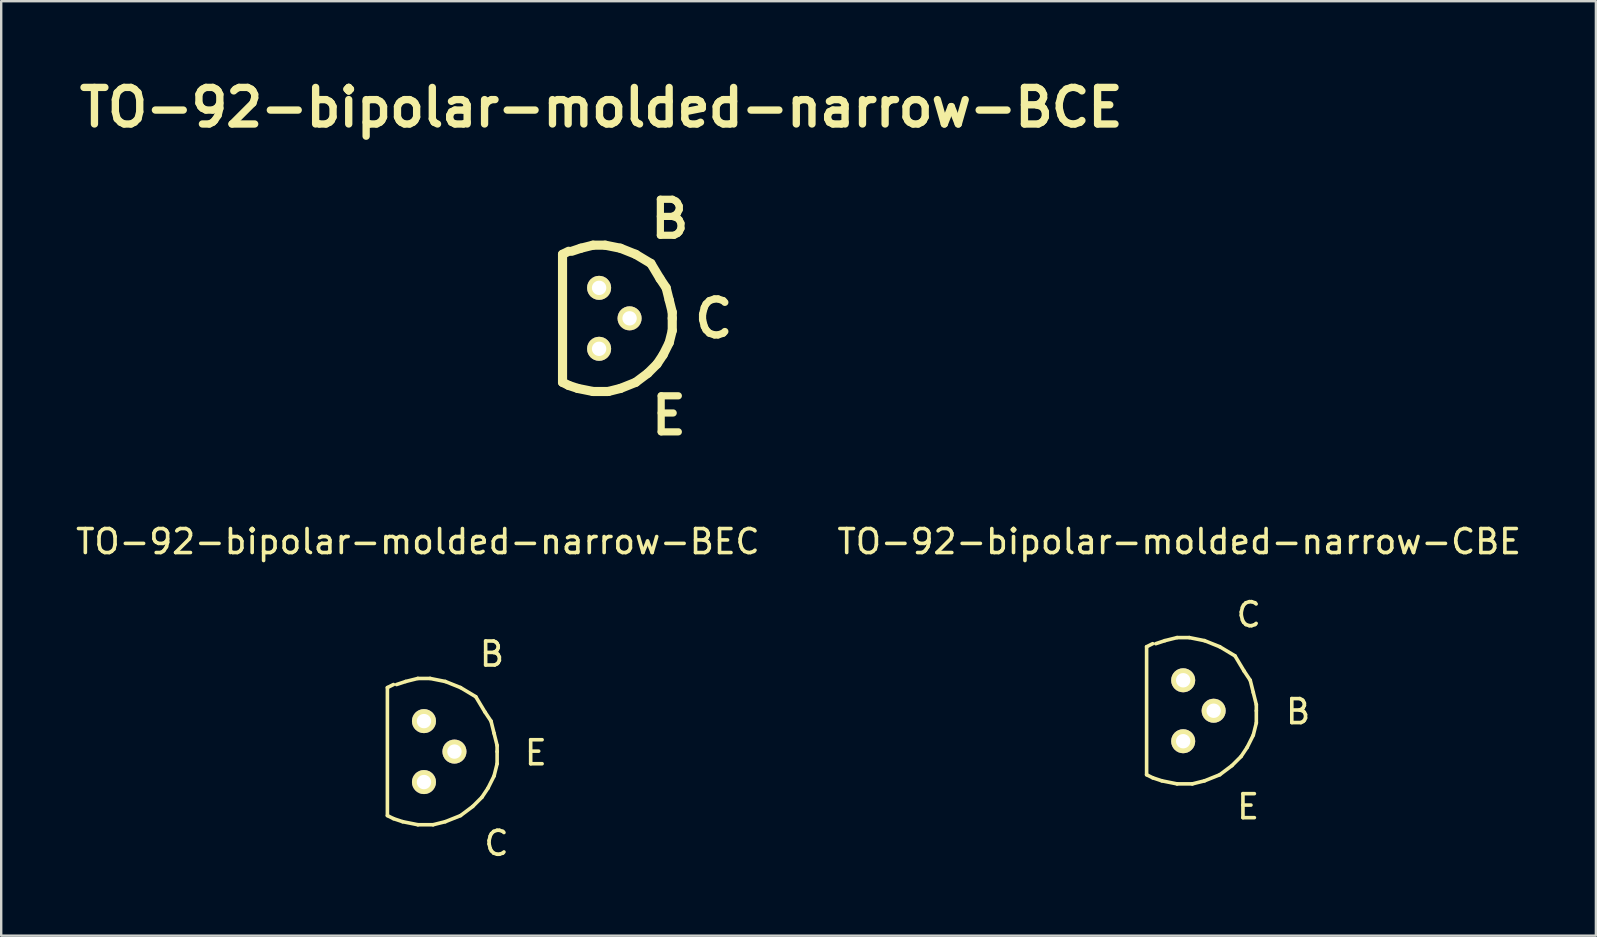
<source format=kicad_pcb>
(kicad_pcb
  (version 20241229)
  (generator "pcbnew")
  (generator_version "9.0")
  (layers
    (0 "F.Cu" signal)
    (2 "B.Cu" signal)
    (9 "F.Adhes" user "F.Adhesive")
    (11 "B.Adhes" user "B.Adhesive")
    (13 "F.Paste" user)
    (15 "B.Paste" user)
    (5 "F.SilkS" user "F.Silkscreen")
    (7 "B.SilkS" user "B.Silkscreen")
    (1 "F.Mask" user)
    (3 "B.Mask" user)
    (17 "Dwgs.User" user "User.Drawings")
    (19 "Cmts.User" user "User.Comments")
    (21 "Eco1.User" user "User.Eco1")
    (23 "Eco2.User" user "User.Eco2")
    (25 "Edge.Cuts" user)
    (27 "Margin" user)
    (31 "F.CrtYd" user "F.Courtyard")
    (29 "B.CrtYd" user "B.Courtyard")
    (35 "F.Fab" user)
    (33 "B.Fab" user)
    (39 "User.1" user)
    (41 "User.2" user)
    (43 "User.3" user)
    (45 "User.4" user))
  (footprint "TO-92-bipolar-molded-narrow-BEC"
    (layer "F.Cu")
    (at 14.617 28.269)
    (property "Reference" "TO-92-bipolar-molded-narrow-BEC" (at -0.254 -8.75 0) (layer "F.SilkS") (effects (font (size 1 1) (thickness 0.15))))
    (attr through_hole)
    (fp_line (start -1.524 -2.667) (end -1.524 2.667) (stroke (width 0.15) (type solid)) (layer "F.SilkS"))
    (fp_line (start -1.524 -2.667) (end -1.27 -2.794) (stroke (width 0.15) (type solid)) (layer "F.SilkS"))
    (fp_line (start -1.27 2.794) (end -1.524 2.667) (stroke (width 0.15) (type solid)) (layer "F.SilkS"))
    (fp_line (start -1.143 -2.794) (end -0.762 -2.921) (stroke (width 0.15) (type solid)) (layer "F.SilkS"))
    (fp_line (start -0.889 2.921) (end -1.27 2.794) (stroke (width 0.15) (type solid)) (layer "F.SilkS"))
    (fp_line (start -0.762 -2.921) (end -0.254 -3.048) (stroke (width 0.15) (type solid)) (layer "F.SilkS"))
    (fp_line (start -0.254 -3.048) (end 0.254 -3.048) (stroke (width 0.15) (type solid)) (layer "F.SilkS"))
    (fp_line (start -0.254 3.048) (end -0.889 2.921) (stroke (width 0.15) (type solid)) (layer "F.SilkS"))
    (fp_line (start 0.254 -3.048) (end 0.889 -2.921) (stroke (width 0.15) (type solid)) (layer "F.SilkS"))
    (fp_line (start 0.381 3.048) (end -0.254 3.048) (stroke (width 0.15) (type solid)) (layer "F.SilkS"))
    (fp_line (start 0.889 -2.921) (end 1.524 -2.667) (stroke (width 0.15) (type solid)) (layer "F.SilkS"))
    (fp_line (start 0.889 2.921) (end 0.381 3.048) (stroke (width 0.15) (type solid)) (layer "F.SilkS"))
    (fp_line (start 1.524 -2.667) (end 2.159 -2.286) (stroke (width 0.15) (type solid)) (layer "F.SilkS"))
    (fp_line (start 1.524 2.667) (end 0.889 2.921) (stroke (width 0.15) (type solid)) (layer "F.SilkS"))
    (fp_line (start 2.032 2.286) (end 1.524 2.667) (stroke (width 0.15) (type solid)) (layer "F.SilkS"))
    (fp_line (start 2.159 -2.286) (end 2.54 -1.651) (stroke (width 0.15) (type solid)) (layer "F.SilkS"))
    (fp_line (start 2.413 1.905) (end 2.032 2.286) (stroke (width 0.15) (type solid)) (layer "F.SilkS"))
    (fp_line (start 2.54 -1.651) (end 2.794 -1.27) (stroke (width 0.15) (type solid)) (layer "F.SilkS"))
    (fp_line (start 2.667 1.524) (end 2.413 1.905) (stroke (width 0.15) (type solid)) (layer "F.SilkS"))
    (fp_line (start 2.794 -1.27) (end 2.921 -0.762) (stroke (width 0.15) (type solid)) (layer "F.SilkS"))
    (fp_line (start 2.921 -0.762) (end 3.048 -0.254) (stroke (width 0.15) (type solid)) (layer "F.SilkS"))
    (fp_line (start 2.921 1.016) (end 2.667 1.524) (stroke (width 0.15) (type solid)) (layer "F.SilkS"))
    (fp_line (start 3.048 -0.254) (end 3.048 0) (stroke (width 0.15) (type solid)) (layer "F.SilkS"))
    (fp_line (start 3.048 0) (end 3.048 0.508) (stroke (width 0.15) (type solid)) (layer "F.SilkS"))
    (fp_line (start 3.048 0.508) (end 2.921 1.016) (stroke (width 0.15) (type solid)) (layer "F.SilkS"))
    (fp_text user "E" (at 4.661 0.051 0) (layer "F.SilkS") (effects (font (size 1 1) (thickness 0.15))))
    (fp_text user "B" (at 2.832 -4.064 0) (layer "F.SilkS") (effects (font (size 1 1) (thickness 0.15))))
    (fp_text user "C" (at 3.023 3.823 0) (layer "F.SilkS") (effects (font (size 1 1) (thickness 0.15))))
    (pad "B" thru_hole circle (at 0 -1.27) (size 1.001 1.001) (drill 0.599) (layers "*.Cu" "*.Mask" "F.SilkS"))
    (pad "C" thru_hole circle (at 0 1.27) (size 1.001 1.001) (drill 0.599) (layers "*.Cu" "*.Mask" "F.SilkS"))
    (pad "E" thru_hole circle (at 1.27 0) (size 1.001 1.001) (drill 0.599) (layers "*.Cu" "*.Mask" "F.SilkS")))
  (footprint "TO-92-bipolar-molded-narrow-CBE"
    (layer "F.Cu")
    (at 46.254 26.567)
    (property "Reference" "TO-92-bipolar-molded-narrow-CBE" (at -0.165 -7.048 0) (layer "F.SilkS") (effects (font (size 1 1) (thickness 0.15))))
    (attr through_hole)
    (fp_line (start -1.524 -2.667) (end -1.524 2.667) (stroke (width 0.15) (type solid)) (layer "F.SilkS"))
    (fp_line (start -1.524 -2.667) (end -1.27 -2.794) (stroke (width 0.15) (type solid)) (layer "F.SilkS"))
    (fp_line (start -1.27 2.794) (end -1.524 2.667) (stroke (width 0.15) (type solid)) (layer "F.SilkS"))
    (fp_line (start -1.143 -2.794) (end -0.762 -2.921) (stroke (width 0.15) (type solid)) (layer "F.SilkS"))
    (fp_line (start -0.889 2.921) (end -1.27 2.794) (stroke (width 0.15) (type solid)) (layer "F.SilkS"))
    (fp_line (start -0.762 -2.921) (end -0.254 -3.048) (stroke (width 0.15) (type solid)) (layer "F.SilkS"))
    (fp_line (start -0.254 -3.048) (end 0.254 -3.048) (stroke (width 0.15) (type solid)) (layer "F.SilkS"))
    (fp_line (start -0.254 3.048) (end -0.889 2.921) (stroke (width 0.15) (type solid)) (layer "F.SilkS"))
    (fp_line (start 0.254 -3.048) (end 0.889 -2.921) (stroke (width 0.15) (type solid)) (layer "F.SilkS"))
    (fp_line (start 0.381 3.048) (end -0.254 3.048) (stroke (width 0.15) (type solid)) (layer "F.SilkS"))
    (fp_line (start 0.889 -2.921) (end 1.524 -2.667) (stroke (width 0.15) (type solid)) (layer "F.SilkS"))
    (fp_line (start 0.889 2.921) (end 0.381 3.048) (stroke (width 0.15) (type solid)) (layer "F.SilkS"))
    (fp_line (start 1.524 -2.667) (end 2.159 -2.286) (stroke (width 0.15) (type solid)) (layer "F.SilkS"))
    (fp_line (start 1.524 2.667) (end 0.889 2.921) (stroke (width 0.15) (type solid)) (layer "F.SilkS"))
    (fp_line (start 2.032 2.286) (end 1.524 2.667) (stroke (width 0.15) (type solid)) (layer "F.SilkS"))
    (fp_line (start 2.159 -2.286) (end 2.54 -1.651) (stroke (width 0.15) (type solid)) (layer "F.SilkS"))
    (fp_line (start 2.413 1.905) (end 2.032 2.286) (stroke (width 0.15) (type solid)) (layer "F.SilkS"))
    (fp_line (start 2.54 -1.651) (end 2.794 -1.27) (stroke (width 0.15) (type solid)) (layer "F.SilkS"))
    (fp_line (start 2.667 1.524) (end 2.413 1.905) (stroke (width 0.15) (type solid)) (layer "F.SilkS"))
    (fp_line (start 2.794 -1.27) (end 2.921 -0.762) (stroke (width 0.15) (type solid)) (layer "F.SilkS"))
    (fp_line (start 2.921 -0.762) (end 3.048 -0.254) (stroke (width 0.15) (type solid)) (layer "F.SilkS"))
    (fp_line (start 2.921 1.016) (end 2.667 1.524) (stroke (width 0.15) (type solid)) (layer "F.SilkS"))
    (fp_line (start 3.048 -0.254) (end 3.048 0) (stroke (width 0.15) (type solid)) (layer "F.SilkS"))
    (fp_line (start 3.048 0) (end 3.048 0.508) (stroke (width 0.15) (type solid)) (layer "F.SilkS"))
    (fp_line (start 3.048 0.508) (end 2.921 1.016) (stroke (width 0.15) (type solid)) (layer "F.SilkS"))
    (fp_text user "C" (at 2.731 -4 0) (layer "F.SilkS") (effects (font (size 1 1) (thickness 0.15))))
    (fp_text user "E" (at 2.705 4 0) (layer "F.SilkS") (effects (font (size 1 1) (thickness 0.15))))
    (fp_text user "B" (at 4.788 0.038 0) (layer "F.SilkS") (effects (font (size 1 1) (thickness 0.15))))
    (pad "B" thru_hole circle (at 1.27 0) (size 1.001 1.001) (drill 0.599) (layers "*.Cu" "*.Mask" "F.SilkS"))
    (pad "C" thru_hole circle (at 0 -1.27) (size 1.001 1.001) (drill 0.599) (layers "*.Cu" "*.Mask" "F.SilkS"))
    (pad "E" thru_hole circle (at 0 1.27) (size 1.001 1.001) (drill 0.599) (layers "*.Cu" "*.Mask" "F.SilkS")))
  (footprint "TO-92-bipolar-molded-narrow-BCE"
    (layer "F.Cu")
    (at 21.915 10.215)
    (property "Reference" "TO-92-bipolar-molded-narrow-BCE" (at 0.089 -8.788 0) (layer "F.SilkS") (effects (font (size 1.524 1.524) (thickness 0.305))))
    (attr through_hole)
    (fp_line (start -1.524 -2.667) (end -1.524 2.667) (stroke (width 0.381) (type solid)) (layer "F.SilkS"))
    (fp_line (start -1.524 -2.667) (end -1.27 -2.794) (stroke (width 0.381) (type solid)) (layer "F.SilkS"))
    (fp_line (start -1.27 2.794) (end -1.524 2.667) (stroke (width 0.381) (type solid)) (layer "F.SilkS"))
    (fp_line (start -1.143 -2.794) (end -0.762 -2.921) (stroke (width 0.381) (type solid)) (layer "F.SilkS"))
    (fp_line (start -0.889 2.921) (end -1.27 2.794) (stroke (width 0.381) (type solid)) (layer "F.SilkS"))
    (fp_line (start -0.762 -2.921) (end -0.254 -3.048) (stroke (width 0.381) (type solid)) (layer "F.SilkS"))
    (fp_line (start -0.254 -3.048) (end 0.254 -3.048) (stroke (width 0.381) (type solid)) (layer "F.SilkS"))
    (fp_line (start -0.254 3.048) (end -0.889 2.921) (stroke (width 0.381) (type solid)) (layer "F.SilkS"))
    (fp_line (start 0.254 -3.048) (end 0.889 -2.921) (stroke (width 0.381) (type solid)) (layer "F.SilkS"))
    (fp_line (start 0.381 3.048) (end -0.254 3.048) (stroke (width 0.381) (type solid)) (layer "F.SilkS"))
    (fp_line (start 0.889 -2.921) (end 1.524 -2.667) (stroke (width 0.381) (type solid)) (layer "F.SilkS"))
    (fp_line (start 0.889 2.921) (end 0.381 3.048) (stroke (width 0.381) (type solid)) (layer "F.SilkS"))
    (fp_line (start 1.524 -2.667) (end 2.159 -2.286) (stroke (width 0.381) (type solid)) (layer "F.SilkS"))
    (fp_line (start 1.524 2.667) (end 0.889 2.921) (stroke (width 0.381) (type solid)) (layer "F.SilkS"))
    (fp_line (start 2.032 2.286) (end 1.524 2.667) (stroke (width 0.381) (type solid)) (layer "F.SilkS"))
    (fp_line (start 2.159 -2.286) (end 2.54 -1.651) (stroke (width 0.381) (type solid)) (layer "F.SilkS"))
    (fp_line (start 2.413 1.905) (end 2.032 2.286) (stroke (width 0.381) (type solid)) (layer "F.SilkS"))
    (fp_line (start 2.54 -1.651) (end 2.794 -1.27) (stroke (width 0.381) (type solid)) (layer "F.SilkS"))
    (fp_line (start 2.667 1.524) (end 2.413 1.905) (stroke (width 0.381) (type solid)) (layer "F.SilkS"))
    (fp_line (start 2.794 -1.27) (end 2.921 -0.762) (stroke (width 0.381) (type solid)) (layer "F.SilkS"))
    (fp_line (start 2.921 -0.762) (end 3.048 -0.254) (stroke (width 0.381) (type solid)) (layer "F.SilkS"))
    (fp_line (start 2.921 1.016) (end 2.667 1.524) (stroke (width 0.381) (type solid)) (layer "F.SilkS"))
    (fp_line (start 3.048 -0.254) (end 3.048 0) (stroke (width 0.381) (type solid)) (layer "F.SilkS"))
    (fp_line (start 3.048 0) (end 3.048 0.508) (stroke (width 0.381) (type solid)) (layer "F.SilkS"))
    (fp_line (start 3.048 0.508) (end 2.921 1.016) (stroke (width 0.381) (type solid)) (layer "F.SilkS"))
    (fp_text user "B" (at 2.946 -4.14 0) (layer "F.SilkS") (effects (font (size 1.501 1.501) (thickness 0.3))))
    (fp_text user "E" (at 2.908 4.051 0) (layer "F.SilkS") (effects (font (size 1.501 1.501) (thickness 0.3))))
    (fp_text user "C" (at 4.775 0.013 0) (layer "F.SilkS") (effects (font (size 1.501 1.501) (thickness 0.3))))
    (pad "B" thru_hole circle (at 0 -1.27) (size 1.001 1.001) (drill 0.599) (layers "*.Cu" "*.Mask" "F.SilkS"))
    (pad "C" thru_hole circle (at 1.27 0) (size 1.001 1.001) (drill 0.599) (layers "*.Cu" "*.Mask" "F.SilkS"))
    (pad "E" thru_hole circle (at 0 1.27) (size 1.001 1.001) (drill 0.599) (layers "*.Cu" "*.Mask" "F.SilkS")))
  (gr_rect
    (start -3 -3)
    (end 63.452 35.94)
    (stroke (width 0.1) (type default))
    (fill no)
    (layer "Edge.Cuts")))
</source>
